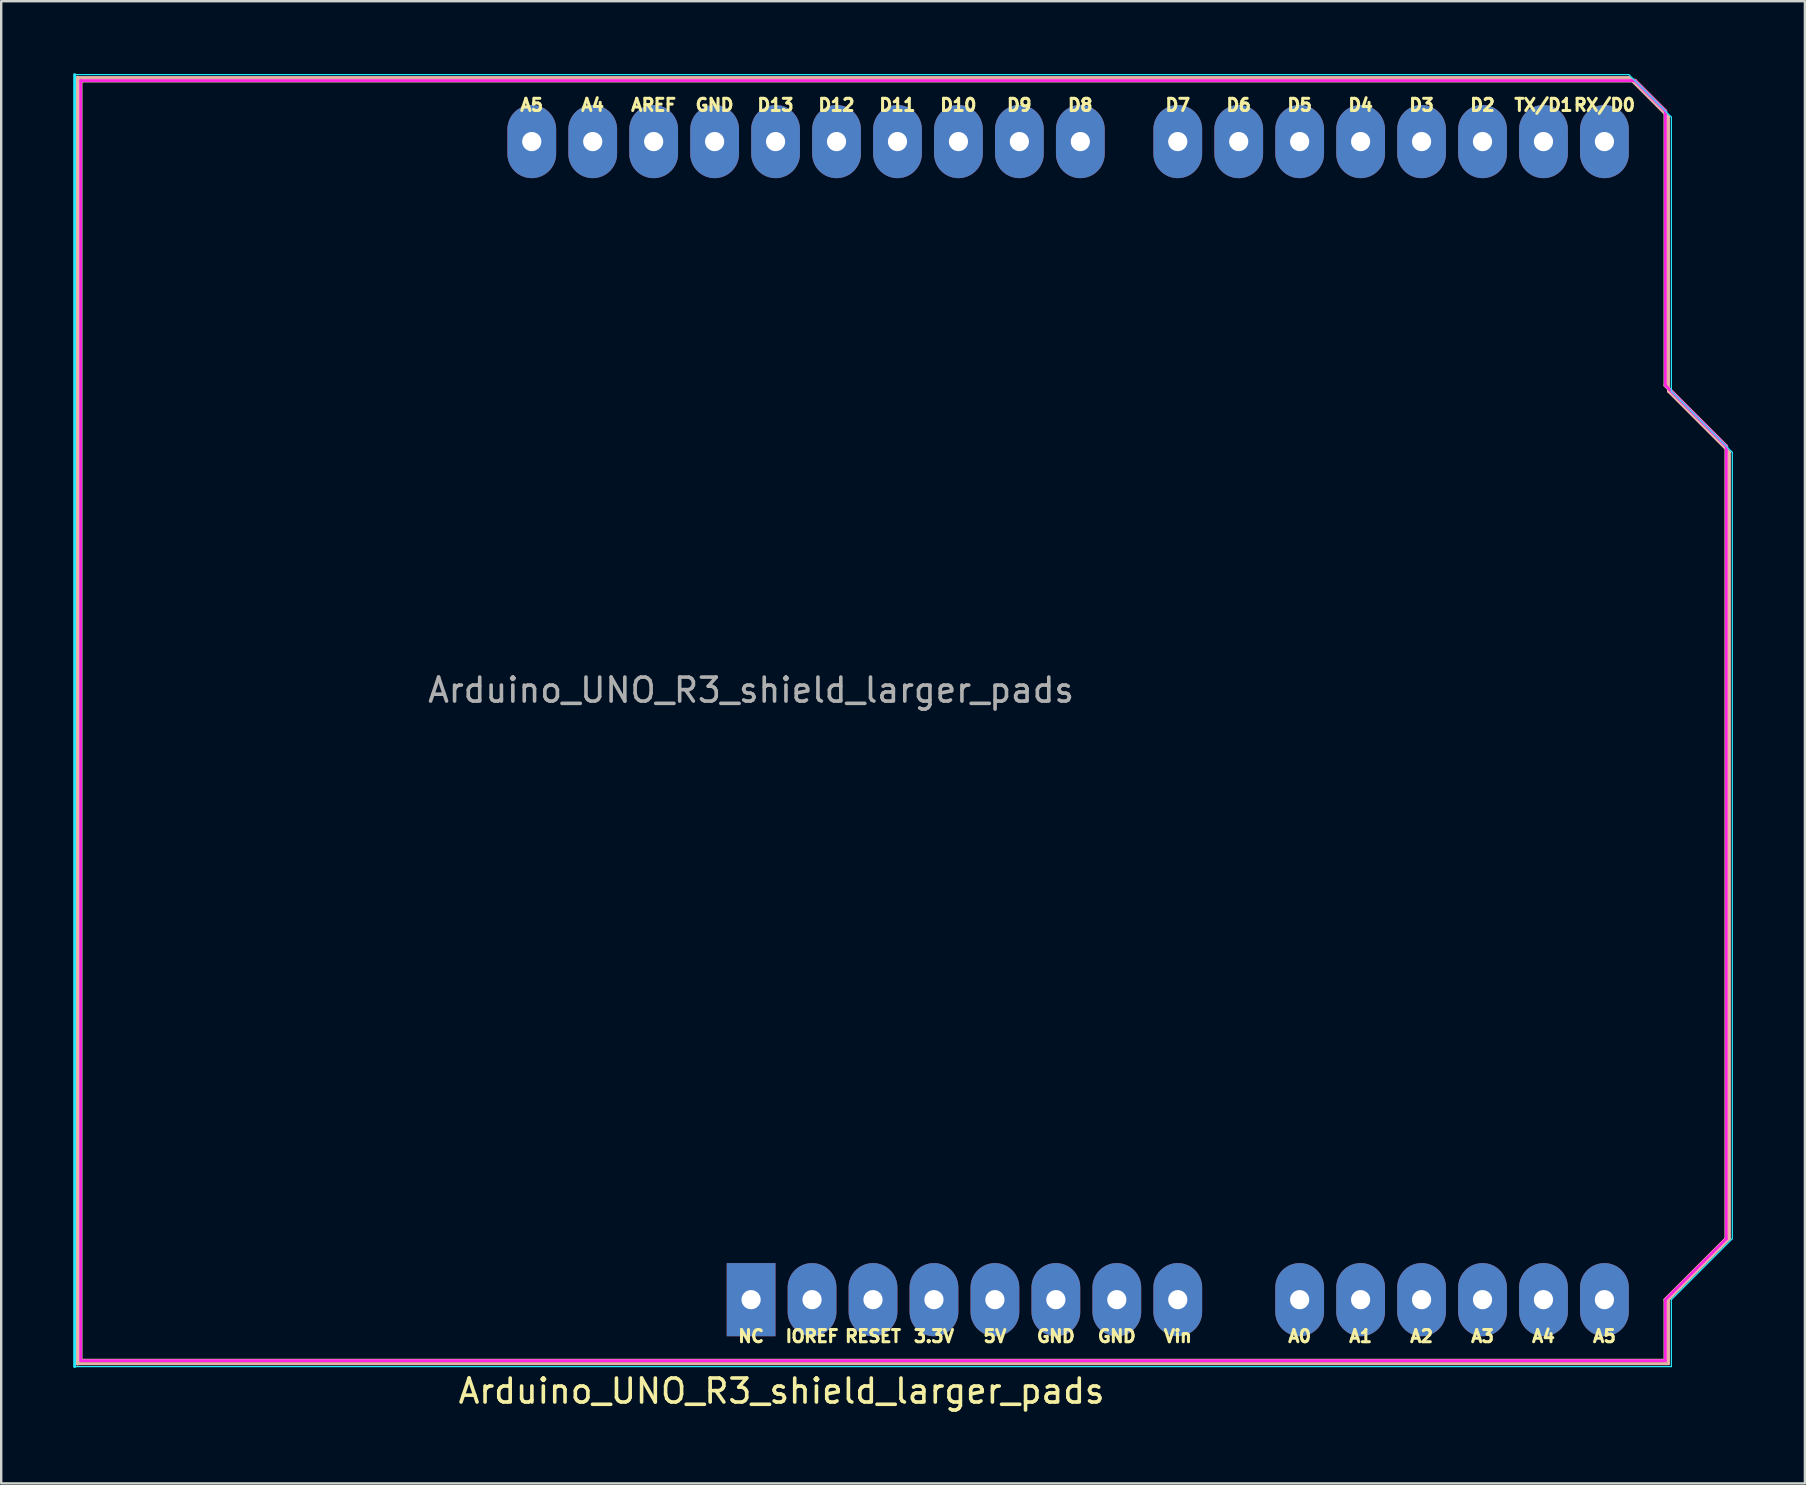
<source format=kicad_pcb>
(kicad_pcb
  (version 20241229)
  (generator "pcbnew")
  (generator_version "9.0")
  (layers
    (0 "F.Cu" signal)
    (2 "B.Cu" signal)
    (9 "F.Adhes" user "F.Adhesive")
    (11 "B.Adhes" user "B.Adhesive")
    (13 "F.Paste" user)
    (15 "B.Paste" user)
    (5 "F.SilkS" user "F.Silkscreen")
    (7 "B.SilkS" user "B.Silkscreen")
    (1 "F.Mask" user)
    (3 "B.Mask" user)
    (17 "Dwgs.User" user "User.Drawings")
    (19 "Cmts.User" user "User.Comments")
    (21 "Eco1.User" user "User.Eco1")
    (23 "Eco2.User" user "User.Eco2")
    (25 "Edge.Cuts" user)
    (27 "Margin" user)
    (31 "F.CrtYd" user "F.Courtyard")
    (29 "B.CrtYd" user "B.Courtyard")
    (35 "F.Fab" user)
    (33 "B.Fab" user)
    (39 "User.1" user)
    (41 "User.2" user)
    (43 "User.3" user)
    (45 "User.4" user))
  (footprint "Arduino_UNO_R3_shield_larger_pads"
    (layer "F.Cu")
    (at 28.25 51.11)
    (property "Reference" "Arduino_UNO_R3_shield_larger_pads" (at 1.27 3.81 180) (layer "F.SilkS") (effects (font (size 1 1) (thickness 0.15))))
    (attr through_hole)
    (fp_line (start -27.94 -50.8) (end -27.94 2.54) (stroke (width 0.15) (type solid)) (layer "F.SilkS"))
    (fp_line (start -27.94 2.54) (end 38.1 2.54) (stroke (width 0.15) (type solid)) (layer "F.SilkS"))
    (fp_line (start 36.83 -50.8) (end -27.94 -50.8) (stroke (width 0.15) (type solid)) (layer "F.SilkS"))
    (fp_line (start 38.1 -49.53) (end 36.83 -50.8) (stroke (width 0.15) (type solid)) (layer "F.SilkS"))
    (fp_line (start 38.1 -38.1) (end 38.1 -49.53) (stroke (width 0.15) (type solid)) (layer "F.SilkS"))
    (fp_line (start 38.1 0) (end 40.64 -2.54) (stroke (width 0.15) (type solid)) (layer "F.SilkS"))
    (fp_line (start 38.1 2.54) (end 38.1 0) (stroke (width 0.15) (type solid)) (layer "F.SilkS"))
    (fp_line (start 40.64 -35.56) (end 38.1 -38.1) (stroke (width 0.15) (type solid)) (layer "F.SilkS"))
    (fp_line (start 40.64 -2.54) (end 40.64 -35.56) (stroke (width 0.15) (type solid)) (layer "F.SilkS"))
    (fp_line (start -28.07 -50.93) (end 36.58 -50.93) (stroke (width 0.12) (type solid)) (layer "B.SilkS"))
    (fp_line (start -28.07 2.67) (end -28.07 -50.93) (stroke (width 0.15) (type solid)) (layer "B.SilkS"))
    (fp_line (start 36.58 -50.93) (end 38.23 -49.28) (stroke (width 0.12) (type solid)) (layer "B.SilkS"))
    (fp_line (start 38.23 -49.28) (end 38.23 -37.85) (stroke (width 0.12) (type solid)) (layer "B.SilkS"))
    (fp_line (start 38.23 -37.85) (end 40.77 -35.31) (stroke (width 0.12) (type solid)) (layer "B.SilkS"))
    (fp_line (start 38.23 0) (end 38.23 2.67) (stroke (width 0.12) (type solid)) (layer "B.SilkS"))
    (fp_line (start 38.23 2.67) (end -28.07 2.67) (stroke (width 0.12) (type solid)) (layer "B.SilkS"))
    (fp_line (start 40.77 -35.31) (end 40.77 -2.54) (stroke (width 0.12) (type solid)) (layer "B.SilkS"))
    (fp_line (start 40.77 -2.54) (end 38.23 0) (stroke (width 0.12) (type solid)) (layer "B.SilkS"))
    (fp_line (start -28.19 -51.05) (end -28.19 2.79) (stroke (width 0.12) (type solid)) (layer "B.CrtYd"))
    (fp_line (start -28.19 2.79) (end 38.35 2.79) (stroke (width 0.05) (type solid)) (layer "B.CrtYd"))
    (fp_line (start 36.58 -51.05) (end -28.19 -51.05) (stroke (width 0.05) (type solid)) (layer "B.CrtYd"))
    (fp_line (start 38.35 -49.28) (end 36.58 -51.05) (stroke (width 0.05) (type solid)) (layer "B.CrtYd"))
    (fp_line (start 38.35 -37.85) (end 38.35 -49.28) (stroke (width 0.05) (type solid)) (layer "B.CrtYd"))
    (fp_line (start 38.35 0) (end 40.89 -2.54) (stroke (width 0.05) (type solid)) (layer "B.CrtYd"))
    (fp_line (start 38.35 2.79) (end 38.35 0) (stroke (width 0.05) (type solid)) (layer "B.CrtYd"))
    (fp_line (start 40.89 -35.31) (end 38.35 -37.85) (stroke (width 0.05) (type solid)) (layer "B.CrtYd"))
    (fp_line (start 40.89 -2.54) (end 40.89 -35.31) (stroke (width 0.05) (type solid)) (layer "B.CrtYd"))
    (fp_line (start -27.94 -50.8) (end -27.94 2.54) (stroke (width 0.12) (type solid)) (layer "F.CrtYd"))
    (fp_line (start -27.94 2.54) (end 38.1 2.54) (stroke (width 0.12) (type solid)) (layer "F.CrtYd"))
    (fp_line (start 36.83 -50.8) (end -27.94 -50.8) (stroke (width 0.12) (type solid)) (layer "F.CrtYd"))
    (fp_line (start 38.1 -49.53) (end 36.83 -50.8) (stroke (width 0.12) (type solid)) (layer "F.CrtYd"))
    (fp_line (start 38.1 -38.1) (end 38.1 -49.53) (stroke (width 0.12) (type solid)) (layer "F.CrtYd"))
    (fp_line (start 38.1 0) (end 40.64 -2.54) (stroke (width 0.12) (type solid)) (layer "F.CrtYd"))
    (fp_line (start 38.1 2.54) (end 38.1 0) (stroke (width 0.12) (type solid)) (layer "F.CrtYd"))
    (fp_line (start 40.64 -35.56) (end 38.1 -38.1) (stroke (width 0.12) (type solid)) (layer "F.CrtYd"))
    (fp_line (start 40.64 -2.54) (end 40.64 -35.56) (stroke (width 0.12) (type solid)) (layer "F.CrtYd"))
    (fp_text user "D4" (at 25.4 -49.784 0) (layer "F.SilkS") (effects (font (size 0.508 0.508) (thickness 0.127))))
    (fp_text user "A2" (at 27.94 1.524 0) (layer "F.SilkS") (effects (font (size 0.508 0.508) (thickness 0.127))))
    (fp_text user "D2" (at 30.48 -49.784 0) (layer "F.SilkS") (effects (font (size 0.508 0.508) (thickness 0.127))))
    (fp_text user "D10" (at 8.636 -49.784 0) (layer "F.SilkS") (effects (font (size 0.508 0.508) (thickness 0.127))))
    (fp_text user "5V" (at 10.16 1.524 0) (layer "F.SilkS") (effects (font (size 0.508 0.508) (thickness 0.127))))
    (fp_text user "D7" (at 17.78 -49.784 0) (layer "F.SilkS") (effects (font (size 0.508 0.508) (thickness 0.127))))
    (fp_text user "Vin" (at 17.78 1.524 0) (layer "F.SilkS") (effects (font (size 0.508 0.508) (thickness 0.127))))
    (fp_text user "A5" (at 35.56 1.524 0) (layer "F.SilkS") (effects (font (size 0.508 0.508) (thickness 0.127))))
    (fp_text user "D13" (at 1.016 -49.784 0) (layer "F.SilkS") (effects (font (size 0.508 0.508) (thickness 0.127))))
    (fp_text user "D11" (at 6.096 -49.784 0) (layer "F.SilkS") (effects (font (size 0.508 0.508) (thickness 0.127))))
    (fp_text user "A4" (at -6.604 -49.784 0) (layer "F.SilkS") (effects (font (size 0.508 0.508) (thickness 0.127))))
    (fp_text user "RX/D0" (at 35.56 -49.784 0) (layer "F.SilkS") (effects (font (size 0.508 0.508) (thickness 0.127))))
    (fp_text user "D12" (at 3.556 -49.784 0) (layer "F.SilkS") (effects (font (size 0.508 0.508) (thickness 0.127))))
    (fp_text user "GND" (at 12.7 1.524 0) (layer "F.SilkS") (effects (font (size 0.508 0.508) (thickness 0.127))))
    (fp_text user "D6" (at 20.32 -49.784 0) (layer "F.SilkS") (effects (font (size 0.508 0.508) (thickness 0.127))))
    (fp_text user "A4" (at 33.02 1.524 0) (layer "F.SilkS") (effects (font (size 0.508 0.508) (thickness 0.127))))
    (fp_text user "IOREF" (at 2.54 1.524 0) (layer "F.SilkS") (effects (font (size 0.508 0.508) (thickness 0.127))))
    (fp_text user "A1" (at 25.4 1.524 0) (layer "F.SilkS") (effects (font (size 0.508 0.508) (thickness 0.127))))
    (fp_text user "AREF" (at -4.064 -49.784 0) (layer "F.SilkS") (effects (font (size 0.508 0.508) (thickness 0.127))))
    (fp_text user "RESET" (at 5.08 1.524 0) (layer "F.SilkS") (effects (font (size 0.508 0.508) (thickness 0.127))))
    (fp_text user "TX/D1" (at 33.02 -49.784 0) (layer "F.SilkS") (effects (font (size 0.508 0.508) (thickness 0.127))))
    (fp_text user "D5" (at 22.86 -49.784 0) (layer "F.SilkS") (effects (font (size 0.508 0.508) (thickness 0.127))))
    (fp_text user "A3" (at 30.48 1.524 0) (layer "F.SilkS") (effects (font (size 0.508 0.508) (thickness 0.127))))
    (fp_text user "GND" (at 15.24 1.524 0) (layer "F.SilkS") (effects (font (size 0.508 0.508) (thickness 0.127))))
    (fp_text user "A5" (at -9.144 -49.784 0) (layer "F.SilkS") (effects (font (size 0.508 0.508) (thickness 0.127))))
    (fp_text user "D8" (at 13.716 -49.784 0) (layer "F.SilkS") (effects (font (size 0.508 0.508) (thickness 0.127))))
    (fp_text user "GND" (at -1.524 -49.784 0) (layer "F.SilkS") (effects (font (size 0.508 0.508) (thickness 0.127))))
    (fp_text user "NC" (at 0 1.524 0) (layer "F.SilkS") (effects (font (size 0.508 0.508) (thickness 0.127))))
    (fp_text user "D9" (at 11.176 -49.784 0) (layer "F.SilkS") (effects (font (size 0.508 0.508) (thickness 0.127))))
    (fp_text user "A0" (at 22.86 1.524 0) (layer "F.SilkS") (effects (font (size 0.508 0.508) (thickness 0.127))))
    (fp_text user "D3" (at 27.94 -49.784 0) (layer "F.SilkS") (effects (font (size 0.508 0.508) (thickness 0.127))))
    (fp_text user "3.3V" (at 7.62 1.524 0) (layer "F.SilkS") (effects (font (size 0.508 0.508) (thickness 0.127))))
    (fp_text user "${REFERENCE}" (at 0 -25.4 180) (layer "F.Fab") (effects (font (size 1 1) (thickness 0.15))))
    (pad "1" thru_hole rect (at 0 0 270) (size 3.048 2.032) (drill 0.8) (layers "*.Cu" "*.Mask"))
    (pad "2" thru_hole oval (at 2.54 0 270) (size 3.048 2.032) (drill 0.8) (layers "*.Cu" "*.Mask"))
    (pad "3" thru_hole oval (at 5.08 0 270) (size 3.048 2.032) (drill 0.8) (layers "*.Cu" "*.Mask"))
    (pad "4" thru_hole oval (at 7.62 0 270) (size 3.048 2.032) (drill 0.8) (layers "*.Cu" "*.Mask"))
    (pad "5" thru_hole oval (at 10.16 0 270) (size 3.048 2.032) (drill 0.8) (layers "*.Cu" "*.Mask"))
    (pad "6" thru_hole oval (at 12.7 0 270) (size 3.048 2.032) (drill 0.8) (layers "*.Cu" "*.Mask"))
    (pad "7" thru_hole oval (at 15.24 0 270) (size 3.048 2.032) (drill 0.8) (layers "*.Cu" "*.Mask"))
    (pad "8" thru_hole oval (at 17.78 0 270) (size 3.048 2.032) (drill 0.8) (layers "*.Cu" "*.Mask"))
    (pad "9" thru_hole oval (at 22.86 0 270) (size 3.048 2.032) (drill 0.8) (layers "*.Cu" "*.Mask"))
    (pad "10" thru_hole oval (at 25.4 0 270) (size 3.048 2.032) (drill 0.8) (layers "*.Cu" "*.Mask"))
    (pad "11" thru_hole oval (at 27.94 0 270) (size 3.048 2.032) (drill 0.8) (layers "*.Cu" "*.Mask"))
    (pad "12" thru_hole oval (at 30.48 0 270) (size 3.048 2.032) (drill 0.8) (layers "*.Cu" "*.Mask"))
    (pad "13" thru_hole oval (at 33.02 0 270) (size 3.048 2.032) (drill 0.8) (layers "*.Cu" "*.Mask"))
    (pad "14" thru_hole oval (at 35.56 0 270) (size 3.048 2.032) (drill 0.8) (layers "*.Cu" "*.Mask"))
    (pad "15" thru_hole oval (at 35.56 -48.26 270) (size 3.048 2.032) (drill 0.8) (layers "*.Cu" "*.Mask"))
    (pad "16" thru_hole oval (at 33.02 -48.26 270) (size 3.048 2.032) (drill 0.8) (layers "*.Cu" "*.Mask"))
    (pad "17" thru_hole oval (at 30.48 -48.26 270) (size 3.048 2.032) (drill 0.8) (layers "*.Cu" "*.Mask"))
    (pad "18" thru_hole oval (at 27.94 -48.26 270) (size 3.048 2.032) (drill 0.8) (layers "*.Cu" "*.Mask"))
    (pad "19" thru_hole oval (at 25.4 -48.26 270) (size 3.048 2.032) (drill 0.8) (layers "*.Cu" "*.Mask"))
    (pad "20" thru_hole oval (at 22.86 -48.26 270) (size 3.048 2.032) (drill 0.8) (layers "*.Cu" "*.Mask"))
    (pad "21" thru_hole oval (at 20.32 -48.26 270) (size 3.048 2.032) (drill 0.8) (layers "*.Cu" "*.Mask"))
    (pad "22" thru_hole oval (at 17.78 -48.26 270) (size 3.048 2.032) (drill 0.8) (layers "*.Cu" "*.Mask"))
    (pad "23" thru_hole oval (at 13.72 -48.26 270) (size 3.048 2.032) (drill 0.8) (layers "*.Cu" "*.Mask"))
    (pad "24" thru_hole oval (at 11.18 -48.26 270) (size 3.048 2.032) (drill 0.8) (layers "*.Cu" "*.Mask"))
    (pad "25" thru_hole oval (at 8.64 -48.26 270) (size 3.048 2.032) (drill 0.8) (layers "*.Cu" "*.Mask"))
    (pad "26" thru_hole oval (at 6.1 -48.26 270) (size 3.048 2.032) (drill 0.8) (layers "*.Cu" "*.Mask"))
    (pad "27" thru_hole oval (at 3.56 -48.26 270) (size 3.048 2.032) (drill 0.8) (layers "*.Cu" "*.Mask"))
    (pad "28" thru_hole oval (at 1.02 -48.26 270) (size 3.048 2.032) (drill 0.8) (layers "*.Cu" "*.Mask"))
    (pad "29" thru_hole oval (at -1.52 -48.26 270) (size 3.048 2.032) (drill 0.8) (layers "*.Cu" "*.Mask"))
    (pad "30" thru_hole oval (at -4.06 -48.26 270) (size 3.048 2.032) (drill 0.8) (layers "*.Cu" "*.Mask"))
    (pad "31" thru_hole oval (at -6.6 -48.26 270) (size 3.048 2.032) (drill 0.8) (layers "*.Cu" "*.Mask"))
    (pad "32" thru_hole oval (at -9.14 -48.26 270) (size 3.048 2.032) (drill 0.8) (layers "*.Cu" "*.Mask")))
  (gr_rect
    (start -3 -3)
    (end 72.165 58.768)
    (stroke (width 0.1) (type default))
    (fill no)
    (layer "Edge.Cuts")))
</source>
